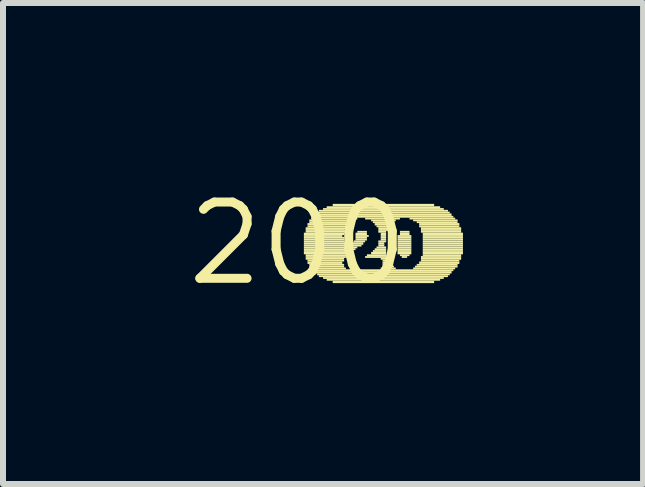
<source format=kicad_pcb>
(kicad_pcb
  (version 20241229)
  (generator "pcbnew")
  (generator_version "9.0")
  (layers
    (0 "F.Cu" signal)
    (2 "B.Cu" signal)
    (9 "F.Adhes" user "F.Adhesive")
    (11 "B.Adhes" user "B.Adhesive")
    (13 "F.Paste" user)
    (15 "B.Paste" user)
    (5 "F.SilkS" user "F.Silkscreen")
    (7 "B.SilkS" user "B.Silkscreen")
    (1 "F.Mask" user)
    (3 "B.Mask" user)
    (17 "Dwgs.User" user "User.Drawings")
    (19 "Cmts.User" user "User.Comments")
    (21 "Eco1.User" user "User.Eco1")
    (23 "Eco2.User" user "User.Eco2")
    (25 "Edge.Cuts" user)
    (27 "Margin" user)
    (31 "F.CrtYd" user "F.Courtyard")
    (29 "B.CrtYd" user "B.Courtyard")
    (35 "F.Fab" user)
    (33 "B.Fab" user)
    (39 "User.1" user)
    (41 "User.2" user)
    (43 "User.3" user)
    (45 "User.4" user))
  (footprint "200"
    (layer "F.Cu")
    (at 1.912 1.006)
    (property "Reference" "200" (at 0 0 0) (layer "F.SilkS") (effects (font (size 1.27 1.27) (thickness 0.15))))
    (fp_poly (pts (xy 0.1 -0.14) (xy 0.77 -0.14) (xy 0.77 -0.18) (xy 0.1 -0.18)) (stroke (width 0) (type solid)) (fill yes) (layer "F.SilkS"))
    (fp_poly (pts (xy 0.1 -0.11) (xy 0.74 -0.11) (xy 0.74 -0.14) (xy 0.1 -0.14)) (stroke (width 0) (type solid)) (fill yes) (layer "F.SilkS"))
    (fp_poly (pts (xy 0.1 -0.08) (xy 0.77 -0.08) (xy 0.77 -0.11) (xy 0.1 -0.11)) (stroke (width 0) (type solid)) (fill yes) (layer "F.SilkS"))
    (fp_poly (pts (xy 0.1 -0.05) (xy 0.77 -0.05) (xy 0.77 -0.08) (xy 0.1 -0.08)) (stroke (width 0) (type solid)) (fill yes) (layer "F.SilkS"))
    (fp_poly (pts (xy 0.1 -0.02) (xy 0.77 -0.02) (xy 0.77 -0.05) (xy 0.1 -0.05)) (stroke (width 0) (type solid)) (fill yes) (layer "F.SilkS"))
    (fp_poly (pts (xy 0.1 0.02) (xy 1.09 0.02) (xy 1.09 -0.02) (xy 0.1 -0.02)) (stroke (width 0) (type solid)) (fill yes) (layer "F.SilkS"))
    (fp_poly (pts (xy 0.1 0.05) (xy 1.06 0.05) (xy 1.06 0.02) (xy 0.1 0.02)) (stroke (width 0) (type solid)) (fill yes) (layer "F.SilkS"))
    (fp_poly (pts (xy 0.1 0.08) (xy 0.99 0.08) (xy 0.99 0.05) (xy 0.1 0.05)) (stroke (width 0) (type solid)) (fill yes) (layer "F.SilkS"))
    (fp_poly (pts (xy 0.1 0.11) (xy 0.96 0.11) (xy 0.96 0.08) (xy 0.1 0.08)) (stroke (width 0) (type solid)) (fill yes) (layer "F.SilkS"))
    (fp_poly (pts (xy 0.1 0.14) (xy 0.9 0.14) (xy 0.9 0.11) (xy 0.1 0.11)) (stroke (width 0) (type solid)) (fill yes) (layer "F.SilkS"))
    (fp_poly (pts (xy 0.1 0.18) (xy 0.86 0.18) (xy 0.86 0.14) (xy 0.1 0.14)) (stroke (width 0) (type solid)) (fill yes) (layer "F.SilkS"))
    (fp_poly (pts (xy 0.13 -0.24) (xy 0.8 -0.24) (xy 0.8 -0.27) (xy 0.13 -0.27)) (stroke (width 0) (type solid)) (fill yes) (layer "F.SilkS"))
    (fp_poly (pts (xy 0.13 -0.21) (xy 0.77 -0.21) (xy 0.77 -0.24) (xy 0.13 -0.24)) (stroke (width 0) (type solid)) (fill yes) (layer "F.SilkS"))
    (fp_poly (pts (xy 0.13 -0.18) (xy 0.77 -0.18) (xy 0.77 -0.21) (xy 0.13 -0.21)) (stroke (width 0) (type solid)) (fill yes) (layer "F.SilkS"))
    (fp_poly (pts (xy 0.13 0.21) (xy 0.83 0.21) (xy 0.83 0.18) (xy 0.13 0.18)) (stroke (width 0) (type solid)) (fill yes) (layer "F.SilkS"))
    (fp_poly (pts (xy 0.13 0.24) (xy 0.8 0.24) (xy 0.8 0.21) (xy 0.13 0.21)) (stroke (width 0) (type solid)) (fill yes) (layer "F.SilkS"))
    (fp_poly (pts (xy 0.13 0.27) (xy 0.77 0.27) (xy 0.77 0.24) (xy 0.13 0.24)) (stroke (width 0) (type solid)) (fill yes) (layer "F.SilkS"))
    (fp_poly (pts (xy 0.16 -0.3) (xy 0.83 -0.3) (xy 0.83 -0.34) (xy 0.16 -0.34)) (stroke (width 0) (type solid)) (fill yes) (layer "F.SilkS"))
    (fp_poly (pts (xy 0.16 -0.27) (xy 0.8 -0.27) (xy 0.8 -0.3) (xy 0.16 -0.3)) (stroke (width 0) (type solid)) (fill yes) (layer "F.SilkS"))
    (fp_poly (pts (xy 0.16 0.3) (xy 0.77 0.3) (xy 0.77 0.27) (xy 0.16 0.27)) (stroke (width 0) (type solid)) (fill yes) (layer "F.SilkS"))
    (fp_poly (pts (xy 0.16 0.34) (xy 0.74 0.34) (xy 0.74 0.3) (xy 0.16 0.3)) (stroke (width 0) (type solid)) (fill yes) (layer "F.SilkS"))
    (fp_poly (pts (xy 0.19 -0.37) (xy 0.9 -0.37) (xy 0.9 -0.4) (xy 0.19 -0.4)) (stroke (width 0) (type solid)) (fill yes) (layer "F.SilkS"))
    (fp_poly (pts (xy 0.19 -0.34) (xy 0.86 -0.34) (xy 0.86 -0.37) (xy 0.19 -0.37)) (stroke (width 0) (type solid)) (fill yes) (layer "F.SilkS"))
    (fp_poly (pts (xy 0.19 0.37) (xy 0.77 0.37) (xy 0.77 0.34) (xy 0.19 0.34)) (stroke (width 0) (type solid)) (fill yes) (layer "F.SilkS"))
    (fp_poly (pts (xy 0.19 0.4) (xy 0.77 0.4) (xy 0.77 0.37) (xy 0.19 0.37)) (stroke (width 0) (type solid)) (fill yes) (layer "F.SilkS"))
    (fp_poly (pts (xy 0.22 -0.4) (xy 0.99 -0.4) (xy 0.99 -0.43) (xy 0.22 -0.43)) (stroke (width 0) (type solid)) (fill yes) (layer "F.SilkS"))
    (fp_poly (pts (xy 0.22 0.43) (xy 0.8 0.43) (xy 0.8 0.4) (xy 0.22 0.4)) (stroke (width 0) (type solid)) (fill yes) (layer "F.SilkS"))
    (fp_poly (pts (xy 0.26 -0.43) (xy 2.59 -0.43) (xy 2.59 -0.46) (xy 0.26 -0.46)) (stroke (width 0) (type solid)) (fill yes) (layer "F.SilkS"))
    (fp_poly (pts (xy 0.26 0.46) (xy 2.59 0.46) (xy 2.59 0.43) (xy 0.26 0.43)) (stroke (width 0) (type solid)) (fill yes) (layer "F.SilkS"))
    (fp_poly (pts (xy 0.29 -0.46) (xy 2.56 -0.46) (xy 2.56 -0.5) (xy 0.29 -0.5)) (stroke (width 0) (type solid)) (fill yes) (layer "F.SilkS"))
    (fp_poly (pts (xy 0.29 0.5) (xy 2.56 0.5) (xy 2.56 0.46) (xy 0.29 0.46)) (stroke (width 0) (type solid)) (fill yes) (layer "F.SilkS"))
    (fp_poly (pts (xy 0.32 -0.5) (xy 2.53 -0.5) (xy 2.53 -0.53) (xy 0.32 -0.53)) (stroke (width 0) (type solid)) (fill yes) (layer "F.SilkS"))
    (fp_poly (pts (xy 0.32 0.53) (xy 2.53 0.53) (xy 2.53 0.5) (xy 0.32 0.5)) (stroke (width 0) (type solid)) (fill yes) (layer "F.SilkS"))
    (fp_poly (pts (xy 0.35 -0.53) (xy 2.5 -0.53) (xy 2.5 -0.56) (xy 0.35 -0.56)) (stroke (width 0) (type solid)) (fill yes) (layer "F.SilkS"))
    (fp_poly (pts (xy 0.35 0.56) (xy 2.5 0.56) (xy 2.5 0.53) (xy 0.35 0.53)) (stroke (width 0) (type solid)) (fill yes) (layer "F.SilkS"))
    (fp_poly (pts (xy 0.42 -0.56) (xy 2.43 -0.56) (xy 2.43 -0.59) (xy 0.42 -0.59)) (stroke (width 0) (type solid)) (fill yes) (layer "F.SilkS"))
    (fp_poly (pts (xy 0.42 0.59) (xy 2.43 0.59) (xy 2.43 0.56) (xy 0.42 0.56)) (stroke (width 0) (type solid)) (fill yes) (layer "F.SilkS"))
    (fp_poly (pts (xy 0.48 -0.59) (xy 2.37 -0.59) (xy 2.37 -0.62) (xy 0.48 -0.62)) (stroke (width 0) (type solid)) (fill yes) (layer "F.SilkS"))
    (fp_poly (pts (xy 0.48 0.62) (xy 2.37 0.62) (xy 2.37 0.59) (xy 0.48 0.59)) (stroke (width 0) (type solid)) (fill yes) (layer "F.SilkS"))
    (fp_poly (pts (xy 0.58 -0.62) (xy 2.27 -0.62) (xy 2.27 -0.66) (xy 0.58 -0.66)) (stroke (width 0) (type solid)) (fill yes) (layer "F.SilkS"))
    (fp_poly (pts (xy 0.58 0.66) (xy 2.27 0.66) (xy 2.27 0.62) (xy 0.58 0.62)) (stroke (width 0) (type solid)) (fill yes) (layer "F.SilkS"))
    (fp_poly (pts (xy 0.93 -0.02) (xy 1.12 -0.02) (xy 1.12 -0.05) (xy 0.93 -0.05)) (stroke (width 0) (type solid)) (fill yes) (layer "F.SilkS"))
    (fp_poly (pts (xy 0.96 -0.14) (xy 1.15 -0.14) (xy 1.15 -0.18) (xy 0.96 -0.18)) (stroke (width 0) (type solid)) (fill yes) (layer "F.SilkS"))
    (fp_poly (pts (xy 0.96 -0.11) (xy 1.18 -0.11) (xy 1.18 -0.14) (xy 0.96 -0.14)) (stroke (width 0) (type solid)) (fill yes) (layer "F.SilkS"))
    (fp_poly (pts (xy 0.96 -0.08) (xy 1.15 -0.08) (xy 1.15 -0.11) (xy 0.96 -0.11)) (stroke (width 0) (type solid)) (fill yes) (layer "F.SilkS"))
    (fp_poly (pts (xy 0.96 -0.05) (xy 1.15 -0.05) (xy 1.15 -0.08) (xy 0.96 -0.08)) (stroke (width 0) (type solid)) (fill yes) (layer "F.SilkS"))
    (fp_poly (pts (xy 0.99 -0.18) (xy 1.15 -0.18) (xy 1.15 -0.21) (xy 0.99 -0.21)) (stroke (width 0) (type solid)) (fill yes) (layer "F.SilkS"))
    (fp_poly (pts (xy 1.12 -0.4) (xy 1.7 -0.4) (xy 1.7 -0.43) (xy 1.12 -0.43)) (stroke (width 0) (type solid)) (fill yes) (layer "F.SilkS"))
    (fp_poly (pts (xy 1.12 0.24) (xy 1.47 0.24) (xy 1.47 0.21) (xy 1.12 0.21)) (stroke (width 0) (type solid)) (fill yes) (layer "F.SilkS"))
    (fp_poly (pts (xy 1.15 0.21) (xy 1.47 0.21) (xy 1.47 0.18) (xy 1.15 0.18)) (stroke (width 0) (type solid)) (fill yes) (layer "F.SilkS"))
    (fp_poly (pts (xy 1.22 -0.37) (xy 1.63 -0.37) (xy 1.63 -0.4) (xy 1.22 -0.4)) (stroke (width 0) (type solid)) (fill yes) (layer "F.SilkS"))
    (fp_poly (pts (xy 1.22 0.18) (xy 1.47 0.18) (xy 1.47 0.14) (xy 1.22 0.14)) (stroke (width 0) (type solid)) (fill yes) (layer "F.SilkS"))
    (fp_poly (pts (xy 1.25 -0.34) (xy 1.57 -0.34) (xy 1.57 -0.37) (xy 1.25 -0.37)) (stroke (width 0) (type solid)) (fill yes) (layer "F.SilkS"))
    (fp_poly (pts (xy 1.25 0.14) (xy 1.47 0.14) (xy 1.47 0.11) (xy 1.25 0.11)) (stroke (width 0) (type solid)) (fill yes) (layer "F.SilkS"))
    (fp_poly (pts (xy 1.28 -0.3) (xy 1.54 -0.3) (xy 1.54 -0.34) (xy 1.28 -0.34)) (stroke (width 0) (type solid)) (fill yes) (layer "F.SilkS"))
    (fp_poly (pts (xy 1.28 0.11) (xy 1.47 0.11) (xy 1.47 0.08) (xy 1.28 0.08)) (stroke (width 0) (type solid)) (fill yes) (layer "F.SilkS"))
    (fp_poly (pts (xy 1.31 -0.27) (xy 1.54 -0.27) (xy 1.54 -0.3) (xy 1.31 -0.3)) (stroke (width 0) (type solid)) (fill yes) (layer "F.SilkS"))
    (fp_poly (pts (xy 1.31 0.08) (xy 1.47 0.08) (xy 1.47 0.05) (xy 1.31 0.05)) (stroke (width 0) (type solid)) (fill yes) (layer "F.SilkS"))
    (fp_poly (pts (xy 1.34 -0.24) (xy 1.5 -0.24) (xy 1.5 -0.27) (xy 1.34 -0.27)) (stroke (width 0) (type solid)) (fill yes) (layer "F.SilkS"))
    (fp_poly (pts (xy 1.34 -0.21) (xy 1.5 -0.21) (xy 1.5 -0.24) (xy 1.34 -0.24)) (stroke (width 0) (type solid)) (fill yes) (layer "F.SilkS"))
    (fp_poly (pts (xy 1.34 -0.18) (xy 1.47 -0.18) (xy 1.47 -0.21) (xy 1.34 -0.21)) (stroke (width 0) (type solid)) (fill yes) (layer "F.SilkS"))
    (fp_poly (pts (xy 1.34 -0.02) (xy 1.47 -0.02) (xy 1.47 -0.05) (xy 1.34 -0.05)) (stroke (width 0) (type solid)) (fill yes) (layer "F.SilkS"))
    (fp_poly (pts (xy 1.34 0.02) (xy 1.44 0.02) (xy 1.44 -0.02) (xy 1.34 -0.02)) (stroke (width 0) (type solid)) (fill yes) (layer "F.SilkS"))
    (fp_poly (pts (xy 1.34 0.05) (xy 1.44 0.05) (xy 1.44 0.02) (xy 1.34 0.02)) (stroke (width 0) (type solid)) (fill yes) (layer "F.SilkS"))
    (fp_poly (pts (xy 1.38 -0.14) (xy 1.47 -0.14) (xy 1.47 -0.18) (xy 1.38 -0.18)) (stroke (width 0) (type solid)) (fill yes) (layer "F.SilkS"))
    (fp_poly (pts (xy 1.38 -0.11) (xy 1.47 -0.11) (xy 1.47 -0.14) (xy 1.38 -0.14)) (stroke (width 0) (type solid)) (fill yes) (layer "F.SilkS"))
    (fp_poly (pts (xy 1.38 -0.08) (xy 1.47 -0.08) (xy 1.47 -0.11) (xy 1.38 -0.11)) (stroke (width 0) (type solid)) (fill yes) (layer "F.SilkS"))
    (fp_poly (pts (xy 1.38 -0.05) (xy 1.47 -0.05) (xy 1.47 -0.08) (xy 1.38 -0.08)) (stroke (width 0) (type solid)) (fill yes) (layer "F.SilkS"))
    (fp_poly (pts (xy 1.38 0.27) (xy 1.5 0.27) (xy 1.5 0.24) (xy 1.38 0.24)) (stroke (width 0) (type solid)) (fill yes) (layer "F.SilkS"))
    (fp_poly (pts (xy 1.38 0.43) (xy 1.63 0.43) (xy 1.63 0.4) (xy 1.38 0.4)) (stroke (width 0) (type solid)) (fill yes) (layer "F.SilkS"))
    (fp_poly (pts (xy 1.41 0.3) (xy 1.5 0.3) (xy 1.5 0.27) (xy 1.41 0.27)) (stroke (width 0) (type solid)) (fill yes) (layer "F.SilkS"))
    (fp_poly (pts (xy 1.41 0.34) (xy 1.54 0.34) (xy 1.54 0.3) (xy 1.41 0.3)) (stroke (width 0) (type solid)) (fill yes) (layer "F.SilkS"))
    (fp_poly (pts (xy 1.41 0.37) (xy 1.57 0.37) (xy 1.57 0.34) (xy 1.41 0.34)) (stroke (width 0) (type solid)) (fill yes) (layer "F.SilkS"))
    (fp_poly (pts (xy 1.41 0.4) (xy 1.6 0.4) (xy 1.6 0.37) (xy 1.41 0.37)) (stroke (width 0) (type solid)) (fill yes) (layer "F.SilkS"))
    (fp_poly (pts (xy 1.66 -0.11) (xy 1.89 -0.11) (xy 1.89 -0.14) (xy 1.66 -0.14)) (stroke (width 0) (type solid)) (fill yes) (layer "F.SilkS"))
    (fp_poly (pts (xy 1.66 -0.08) (xy 1.89 -0.08) (xy 1.89 -0.11) (xy 1.66 -0.11)) (stroke (width 0) (type solid)) (fill yes) (layer "F.SilkS"))
    (fp_poly (pts (xy 1.66 -0.05) (xy 1.89 -0.05) (xy 1.89 -0.08) (xy 1.66 -0.08)) (stroke (width 0) (type solid)) (fill yes) (layer "F.SilkS"))
    (fp_poly (pts (xy 1.66 -0.02) (xy 1.89 -0.02) (xy 1.89 -0.05) (xy 1.66 -0.05)) (stroke (width 0) (type solid)) (fill yes) (layer "F.SilkS"))
    (fp_poly (pts (xy 1.66 0.02) (xy 1.89 0.02) (xy 1.89 -0.02) (xy 1.66 -0.02)) (stroke (width 0) (type solid)) (fill yes) (layer "F.SilkS"))
    (fp_poly (pts (xy 1.66 0.05) (xy 1.89 0.05) (xy 1.89 0.02) (xy 1.66 0.02)) (stroke (width 0) (type solid)) (fill yes) (layer "F.SilkS"))
    (fp_poly (pts (xy 1.66 0.08) (xy 1.89 0.08) (xy 1.89 0.05) (xy 1.66 0.05)) (stroke (width 0) (type solid)) (fill yes) (layer "F.SilkS"))
    (fp_poly (pts (xy 1.66 0.11) (xy 1.89 0.11) (xy 1.89 0.08) (xy 1.66 0.08)) (stroke (width 0) (type solid)) (fill yes) (layer "F.SilkS"))
    (fp_poly (pts (xy 1.66 0.14) (xy 1.89 0.14) (xy 1.89 0.11) (xy 1.66 0.11)) (stroke (width 0) (type solid)) (fill yes) (layer "F.SilkS"))
    (fp_poly (pts (xy 1.66 0.18) (xy 1.89 0.18) (xy 1.89 0.14) (xy 1.66 0.14)) (stroke (width 0) (type solid)) (fill yes) (layer "F.SilkS"))
    (fp_poly (pts (xy 1.7 -0.18) (xy 1.86 -0.18) (xy 1.86 -0.21) (xy 1.7 -0.21)) (stroke (width 0) (type solid)) (fill yes) (layer "F.SilkS"))
    (fp_poly (pts (xy 1.7 -0.14) (xy 1.86 -0.14) (xy 1.86 -0.18) (xy 1.7 -0.18)) (stroke (width 0) (type solid)) (fill yes) (layer "F.SilkS"))
    (fp_poly (pts (xy 1.7 0.21) (xy 1.86 0.21) (xy 1.86 0.18) (xy 1.7 0.18)) (stroke (width 0) (type solid)) (fill yes) (layer "F.SilkS"))
    (fp_poly (pts (xy 1.73 0.24) (xy 1.82 0.24) (xy 1.82 0.21) (xy 1.73 0.21)) (stroke (width 0) (type solid)) (fill yes) (layer "F.SilkS"))
    (fp_poly (pts (xy 1.86 -0.4) (xy 2.62 -0.4) (xy 2.62 -0.43) (xy 1.86 -0.43)) (stroke (width 0) (type solid)) (fill yes) (layer "F.SilkS"))
    (fp_poly (pts (xy 1.92 -0.37) (xy 2.66 -0.37) (xy 2.66 -0.4) (xy 1.92 -0.4)) (stroke (width 0) (type solid)) (fill yes) (layer "F.SilkS"))
    (fp_poly (pts (xy 1.92 0.43) (xy 2.62 0.43) (xy 2.62 0.4) (xy 1.92 0.4)) (stroke (width 0) (type solid)) (fill yes) (layer "F.SilkS"))
    (fp_poly (pts (xy 1.95 0.4) (xy 2.66 0.4) (xy 2.66 0.37) (xy 1.95 0.37)) (stroke (width 0) (type solid)) (fill yes) (layer "F.SilkS"))
    (fp_poly (pts (xy 1.98 -0.34) (xy 2.66 -0.34) (xy 2.66 -0.37) (xy 1.98 -0.37)) (stroke (width 0) (type solid)) (fill yes) (layer "F.SilkS"))
    (fp_poly (pts (xy 1.98 0.37) (xy 2.66 0.37) (xy 2.66 0.34) (xy 1.98 0.34)) (stroke (width 0) (type solid)) (fill yes) (layer "F.SilkS"))
    (fp_poly (pts (xy 2.02 -0.3) (xy 2.69 -0.3) (xy 2.69 -0.34) (xy 2.02 -0.34)) (stroke (width 0) (type solid)) (fill yes) (layer "F.SilkS"))
    (fp_poly (pts (xy 2.02 -0.27) (xy 2.69 -0.27) (xy 2.69 -0.3) (xy 2.02 -0.3)) (stroke (width 0) (type solid)) (fill yes) (layer "F.SilkS"))
    (fp_poly (pts (xy 2.02 0.34) (xy 2.69 0.34) (xy 2.69 0.3) (xy 2.02 0.3)) (stroke (width 0) (type solid)) (fill yes) (layer "F.SilkS"))
    (fp_poly (pts (xy 2.05 -0.24) (xy 2.72 -0.24) (xy 2.72 -0.27) (xy 2.05 -0.27)) (stroke (width 0) (type solid)) (fill yes) (layer "F.SilkS"))
    (fp_poly (pts (xy 2.05 -0.21) (xy 2.72 -0.21) (xy 2.72 -0.24) (xy 2.05 -0.24)) (stroke (width 0) (type solid)) (fill yes) (layer "F.SilkS"))
    (fp_poly (pts (xy 2.05 -0.18) (xy 2.72 -0.18) (xy 2.72 -0.21) (xy 2.05 -0.21)) (stroke (width 0) (type solid)) (fill yes) (layer "F.SilkS"))
    (fp_poly (pts (xy 2.05 0.24) (xy 2.72 0.24) (xy 2.72 0.21) (xy 2.05 0.21)) (stroke (width 0) (type solid)) (fill yes) (layer "F.SilkS"))
    (fp_poly (pts (xy 2.05 0.27) (xy 2.72 0.27) (xy 2.72 0.24) (xy 2.05 0.24)) (stroke (width 0) (type solid)) (fill yes) (layer "F.SilkS"))
    (fp_poly (pts (xy 2.05 0.3) (xy 2.69 0.3) (xy 2.69 0.27) (xy 2.05 0.27)) (stroke (width 0) (type solid)) (fill yes) (layer "F.SilkS"))
    (fp_poly (pts (xy 2.08 -0.14) (xy 2.75 -0.14) (xy 2.75 -0.18) (xy 2.08 -0.18)) (stroke (width 0) (type solid)) (fill yes) (layer "F.SilkS"))
    (fp_poly (pts (xy 2.08 -0.11) (xy 2.75 -0.11) (xy 2.75 -0.14) (xy 2.08 -0.14)) (stroke (width 0) (type solid)) (fill yes) (layer "F.SilkS"))
    (fp_poly (pts (xy 2.08 -0.08) (xy 2.75 -0.08) (xy 2.75 -0.11) (xy 2.08 -0.11)) (stroke (width 0) (type solid)) (fill yes) (layer "F.SilkS"))
    (fp_poly (pts (xy 2.08 -0.05) (xy 2.75 -0.05) (xy 2.75 -0.08) (xy 2.08 -0.08)) (stroke (width 0) (type solid)) (fill yes) (layer "F.SilkS"))
    (fp_poly (pts (xy 2.08 -0.02) (xy 2.75 -0.02) (xy 2.75 -0.05) (xy 2.08 -0.05)) (stroke (width 0) (type solid)) (fill yes) (layer "F.SilkS"))
    (fp_poly (pts (xy 2.08 0.02) (xy 2.75 0.02) (xy 2.75 -0.02) (xy 2.08 -0.02)) (stroke (width 0) (type solid)) (fill yes) (layer "F.SilkS"))
    (fp_poly (pts (xy 2.08 0.05) (xy 2.75 0.05) (xy 2.75 0.02) (xy 2.08 0.02)) (stroke (width 0) (type solid)) (fill yes) (layer "F.SilkS"))
    (fp_poly (pts (xy 2.08 0.08) (xy 2.75 0.08) (xy 2.75 0.05) (xy 2.08 0.05)) (stroke (width 0) (type solid)) (fill yes) (layer "F.SilkS"))
    (fp_poly (pts (xy 2.08 0.11) (xy 2.75 0.11) (xy 2.75 0.08) (xy 2.08 0.08)) (stroke (width 0) (type solid)) (fill yes) (layer "F.SilkS"))
    (fp_poly (pts (xy 2.08 0.14) (xy 2.75 0.14) (xy 2.75 0.11) (xy 2.08 0.11)) (stroke (width 0) (type solid)) (fill yes) (layer "F.SilkS"))
    (fp_poly (pts (xy 2.08 0.18) (xy 2.75 0.18) (xy 2.75 0.14) (xy 2.08 0.14)) (stroke (width 0) (type solid)) (fill yes) (layer "F.SilkS"))
    (fp_poly (pts (xy 2.08 0.21) (xy 2.72 0.21) (xy 2.72 0.18) (xy 2.08 0.18)) (stroke (width 0) (type solid)) (fill yes) (layer "F.SilkS")))
  (gr_rect
    (start -3 -3)
    (end 7.662 5.012)
    (stroke (width 0.1) (type default))
    (fill no)
    (layer "Edge.Cuts")))
</source>
